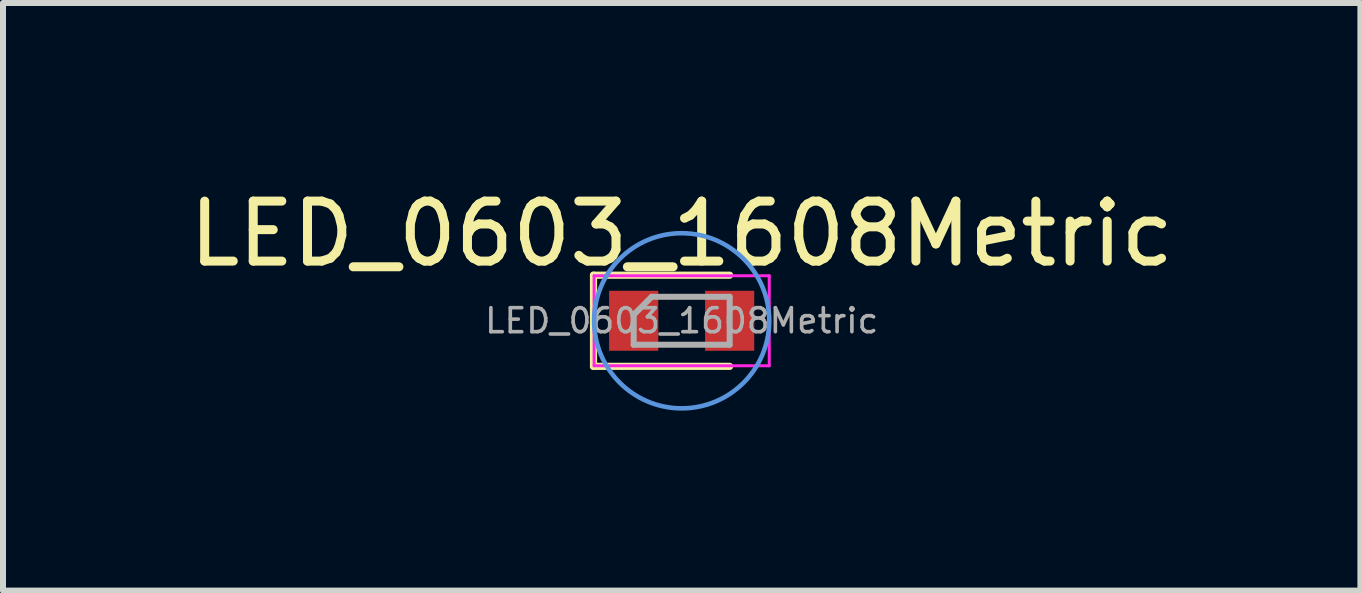
<source format=kicad_pcb>
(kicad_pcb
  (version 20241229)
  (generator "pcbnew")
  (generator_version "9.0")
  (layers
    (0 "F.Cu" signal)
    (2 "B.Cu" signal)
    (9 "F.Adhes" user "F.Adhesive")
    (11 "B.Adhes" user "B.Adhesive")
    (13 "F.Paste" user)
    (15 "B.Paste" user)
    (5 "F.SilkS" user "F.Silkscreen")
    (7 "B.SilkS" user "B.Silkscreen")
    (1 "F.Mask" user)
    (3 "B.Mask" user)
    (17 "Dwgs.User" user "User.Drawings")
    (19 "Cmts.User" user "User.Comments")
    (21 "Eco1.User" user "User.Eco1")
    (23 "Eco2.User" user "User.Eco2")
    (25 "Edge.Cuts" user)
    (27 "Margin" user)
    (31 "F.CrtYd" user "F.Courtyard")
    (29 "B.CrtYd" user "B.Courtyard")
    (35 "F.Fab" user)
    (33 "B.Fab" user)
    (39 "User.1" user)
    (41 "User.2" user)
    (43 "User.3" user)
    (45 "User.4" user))
  (footprint "LED_0603_1608Metric"
    (layer "F.Cu")
    (at 8.315 2.298)
    (property "Reference" "LED_0603_1608Metric" (at 0 -1.45 0) (layer "F.SilkS") (effects (font (size 1 1) (thickness 0.15))))
    (attr smd)
    (fp_line (start -1.47 -0.76) (end -1.47 0.76) (stroke (width 0.12) (type solid)) (layer "F.SilkS"))
    (fp_line (start -1.47 0.76) (end 0.8 0.76) (stroke (width 0.12) (type solid)) (layer "F.SilkS"))
    (fp_line (start 0.8 -0.76) (end -1.47 -0.76) (stroke (width 0.12) (type solid)) (layer "F.SilkS"))
    (fp_circle (center 0 0) (end 1.46 0) (stroke (width 0.076) (type solid)) (fill no) (layer "Cmts.User"))
    (fp_line (start -1.46 -0.75) (end 1.46 -0.75) (stroke (width 0.05) (type solid)) (layer "F.CrtYd"))
    (fp_line (start -1.46 0.75) (end -1.46 -0.75) (stroke (width 0.05) (type solid)) (layer "F.CrtYd"))
    (fp_line (start 1.46 -0.75) (end 1.46 0.75) (stroke (width 0.05) (type solid)) (layer "F.CrtYd"))
    (fp_line (start 1.46 0.75) (end -1.46 0.75) (stroke (width 0.05) (type solid)) (layer "F.CrtYd"))
    (fp_line (start -0.8 -0.1) (end -0.8 0.4) (stroke (width 0.1) (type solid)) (layer "F.Fab"))
    (fp_line (start -0.8 0.4) (end 0.8 0.4) (stroke (width 0.1) (type solid)) (layer "F.Fab"))
    (fp_line (start -0.5 -0.4) (end -0.8 -0.1) (stroke (width 0.1) (type solid)) (layer "F.Fab"))
    (fp_line (start 0.8 -0.4) (end -0.5 -0.4) (stroke (width 0.1) (type solid)) (layer "F.Fab"))
    (fp_line (start 0.8 0.4) (end 0.8 -0.4) (stroke (width 0.1) (type solid)) (layer "F.Fab"))
    (fp_text user "${REFERENCE}" (at 0 0 0) (layer "F.Fab") (effects (font (size 0.4 0.4) (thickness 0.06))))
    (pad "1" smd rect (at -0.8 0) (size 0.82 1) (layers "F.Cu" "F.Mask" "F.Paste"))
    (pad "2" smd rect (at 0.8 0) (size 0.82 1) (layers "F.Cu" "F.Mask" "F.Paste")))
  (gr_rect
    (start -3 -3)
    (end 19.631 6.797)
    (stroke (width 0.1) (type default))
    (fill no)
    (layer "Edge.Cuts")))
</source>
